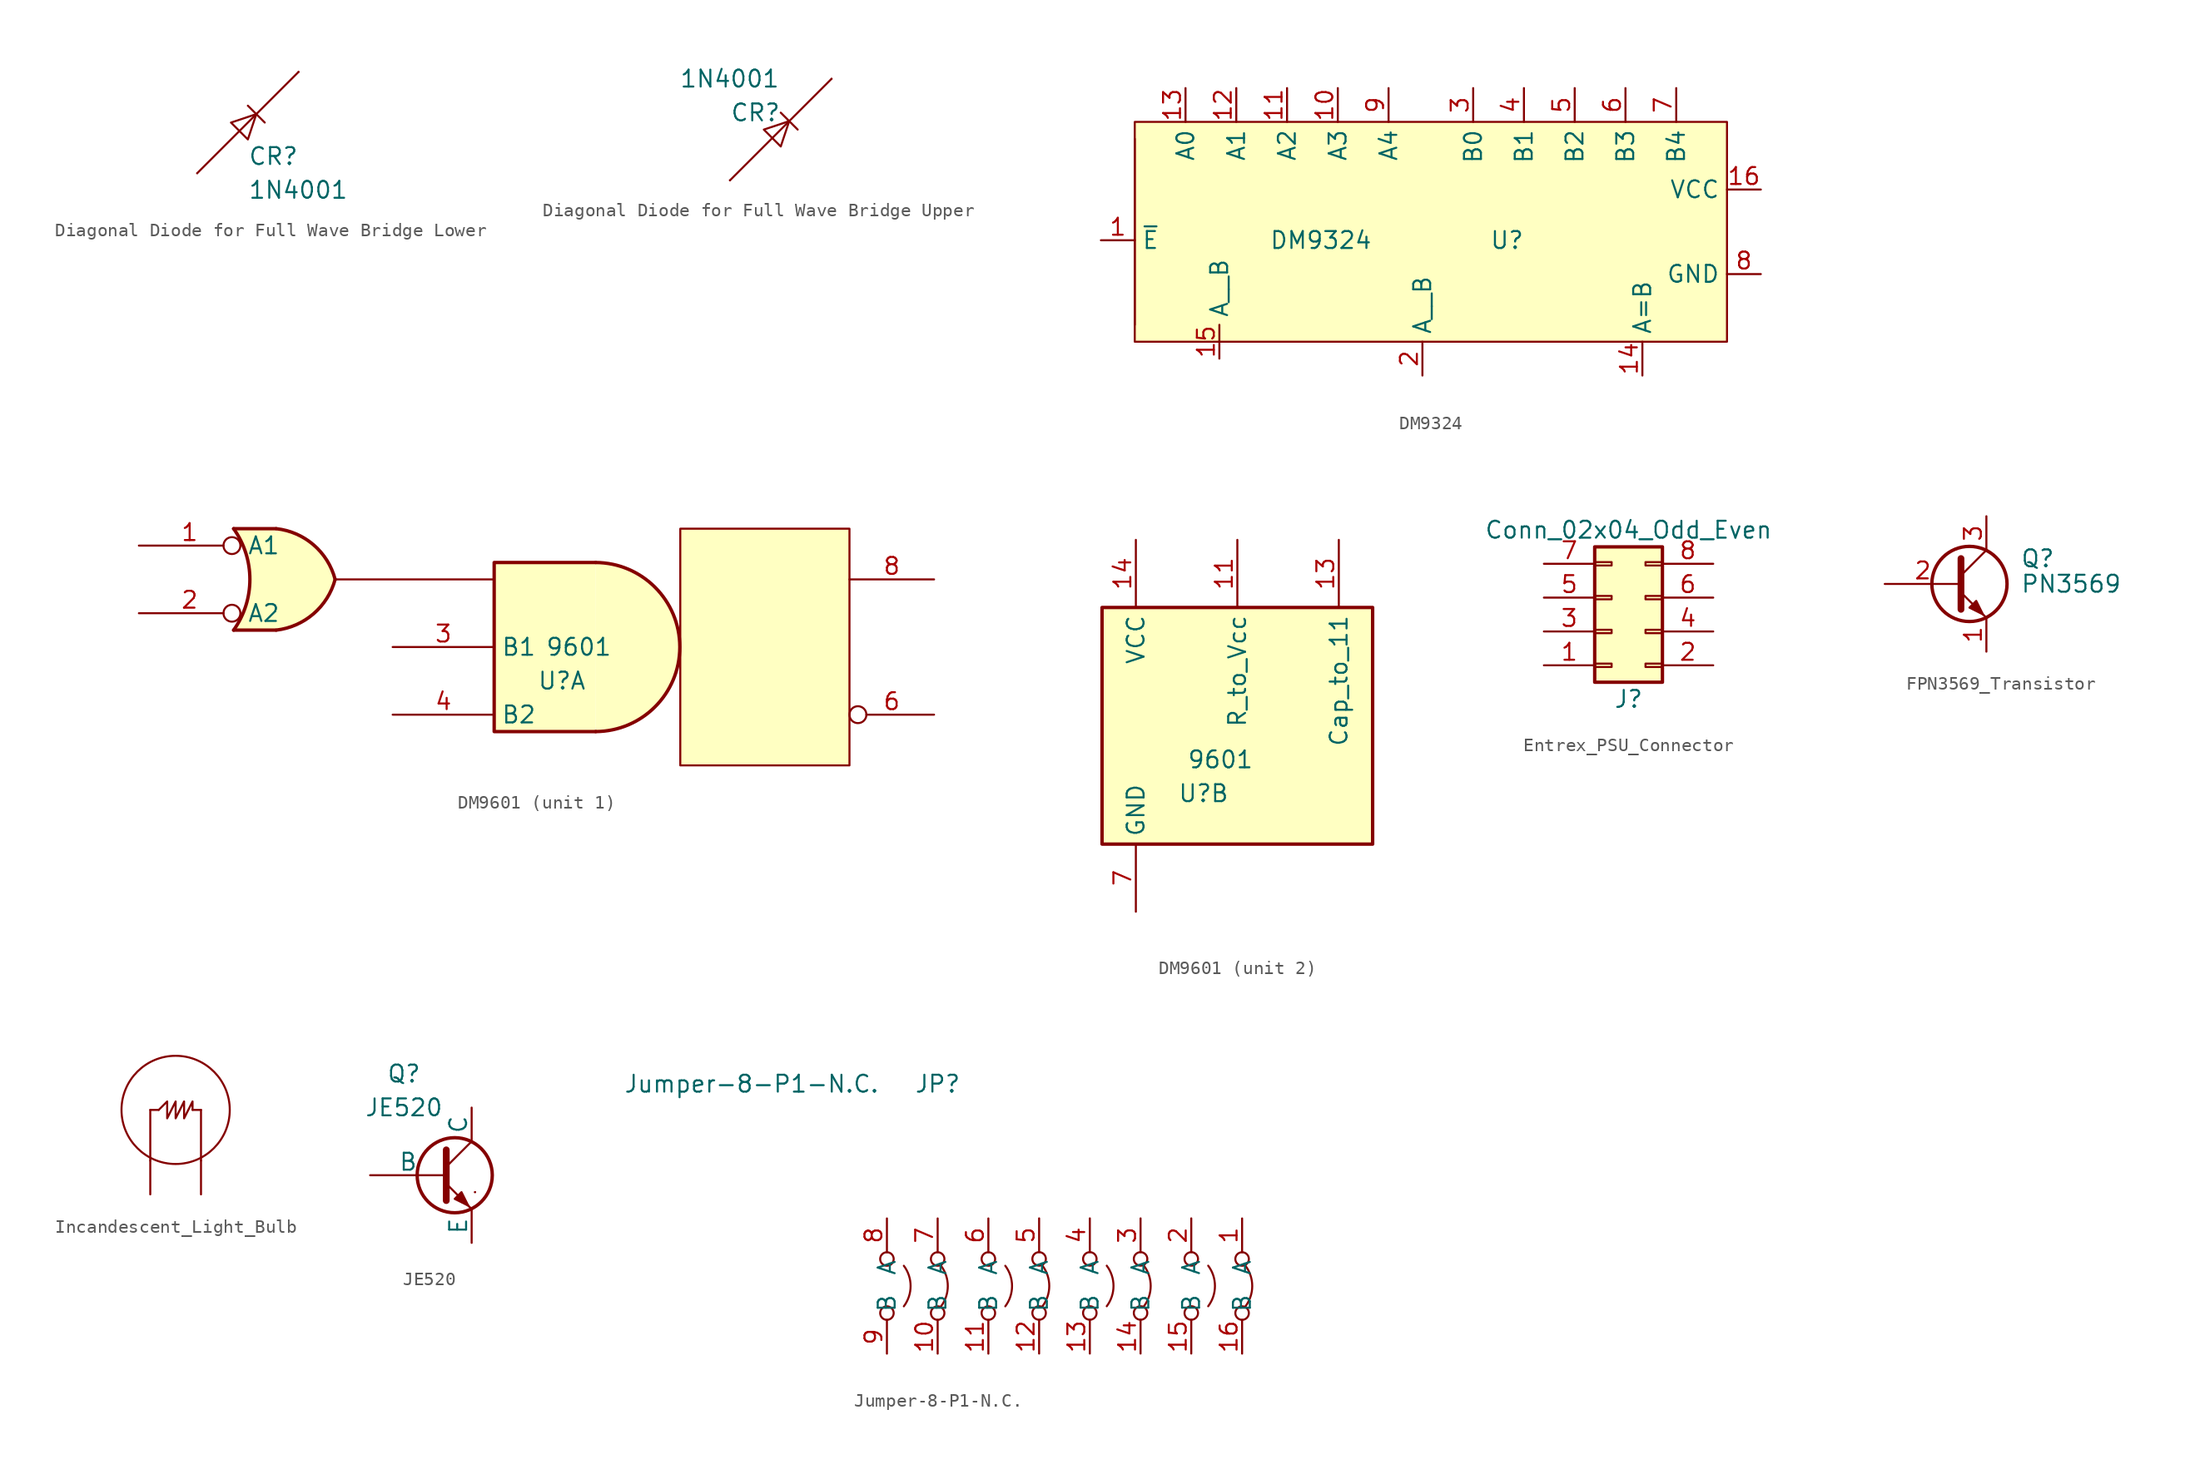
<source format=kicad_sym>
(kicad_symbol_lib
  (version 20220914)
  (generator kicad_symbol_editor)
  (symbol "Diagonal Diode for Full Wave Bridge Lower"
    (pin_names
      (offset 0))
    (property "Reference" "CR"
      (at -1.27 0 0)
      (effects (font (size 1.27 1.27)) (justify left)))
    (property "Value" "1N4001"
      (at -1.27 -2.54 0)
      (effects (font (size 1.27 1.27)) (justify left)))
    (symbol "Diagonal Diode for Full Wave Bridge Lower_0_1"
      (polyline (pts (xy -5.08 -1.27) (xy 2.54 6.35)) (stroke (width 0) (type default)) (fill (type none)))
      (polyline (pts (xy -1.27 3.81) (xy 0 2.54)) (stroke (width 0) (type default)) (fill (type none)))
      (polyline (pts (xy -0.635 3.175) (xy -2.54 2.54) (xy -1.27 1.27) (xy -0.635 3.175)) (stroke (width 0) (type default)) (fill (type none))))
    (symbol "Diagonal Diode for Full Wave Bridge Lower_1_1"
      (pin passive line (at 2.54 6.35 180) (length 0) (name "" (effects (font (size 1.27 1.27)))) (number "" (effects (font (size 1.27 1.27)))))
      (pin passive line (at -5.08 -1.27 90) (length 0) (name "~" (effects (font (size 1.27 1.27)))) (number "" (effects (font (size 1.27 1.27)))))))
  (symbol "Diagonal Diode for Full Wave Bridge Upper"
    (pin_names
      (offset 0))
    (property "Reference" "CR"
      (at -1.27 0 0)
      (effects (font (size 1.27 1.27)) (justify left)))
    (property "Value" "1N4001"
      (at -5.08 2.54 0)
      (effects (font (size 1.27 1.27)) (justify left)))
    (symbol "Diagonal Diode for Full Wave Bridge Upper_0_1"
      (polyline (pts (xy -1.27 -5.08) (xy 6.35 2.54)) (stroke (width 0) (type default)) (fill (type none)))
      (polyline (pts (xy 2.54 0) (xy 3.81 -1.27)) (stroke (width 0) (type default)) (fill (type none)))
      (polyline (pts (xy 3.175 -0.635) (xy 1.27 -1.27) (xy 2.54 -2.54) (xy 3.175 -0.635)) (stroke (width 0) (type default)) (fill (type none))))
    (symbol "Diagonal Diode for Full Wave Bridge Upper_1_1"
      (pin passive line (at 6.35 2.54 180) (length 0) (name "" (effects (font (size 1.27 1.27)))) (number "" (effects (font (size 1.27 1.27)))))
      (pin passive line (at -1.27 -5.08 90) (length 0) (name "~" (effects (font (size 1.27 1.27)))) (number "" (effects (font (size 1.27 1.27)))))))
  (symbol "DM9324"
    (property "Reference" "U"
      (at 6.35 -1.27 0)
      (effects (font (size 1.27 1.27))))
    (property "Value" "DM9324"
      (at -7.62 -1.27 0)
      (effects (font (size 1.27 1.27))))
    (symbol "DM9324_0_1"
      (rectangle (start -21.59 6.35) (end -21.59 -7.62) (stroke (width 0.152) (type default)) (fill (type none)))
      (rectangle (start -21.59 7.62) (end 22.86 -8.89) (stroke (width 0.152) (type default)) (fill (type color) (color 255 255 194 1))))
    (symbol "DM9324_1_1"
      (pin input line (at -24.13 -1.27 0) (length 2.54) (name "~{E}" (effects (font (size 1.27 1.27)))) (number "1" (effects (font (size 1.27 1.27)))))
      (pin input line (at -6.35 10.16 270) (length 2.54) (name "A3" (effects (font (size 1.27 1.27)))) (number "10" (effects (font (size 1.27 1.27)))))
      (pin input line (at -10.16 10.16 270) (length 2.54) (name "A2" (effects (font (size 1.27 1.27)))) (number "11" (effects (font (size 1.27 1.27)))))
      (pin input line (at -13.97 10.16 270) (length 2.54) (name "A1" (effects (font (size 1.27 1.27)))) (number "12" (effects (font (size 1.27 1.27)))))
      (pin input line (at -17.78 10.16 270) (length 2.54) (name "A0" (effects (font (size 1.27 1.27)))) (number "13" (effects (font (size 1.27 1.27)))))
      (pin output line (at 16.51 -11.43 90) (length 2.54) (name "A=B" (effects (font (size 1.27 1.27)))) (number "14" (effects (font (size 1.27 1.27)))))
      (pin output line (at -15.24 -10.16 90) (length 2.54) (name "A__B" (effects (font (size 1.27 1.27)))) (number "15" (effects (font (size 1.27 1.27)))))
      (pin power_in line (at 25.4 2.54 180) (length 2.54) (name "VCC" (effects (font (size 1.27 1.27)))) (number "16" (effects (font (size 1.27 1.27)))))
      (pin output line (at 0 -11.43 90) (length 2.54) (name "A__B" (effects (font (size 1.27 1.27)))) (number "2" (effects (font (size 1.27 1.27)))))
      (pin input line (at 3.81 10.16 270) (length 2.54) (name "B0" (effects (font (size 1.27 1.27)))) (number "3" (effects (font (size 1.27 1.27)))))
      (pin input line (at 7.62 10.16 270) (length 2.54) (name "B1" (effects (font (size 1.27 1.27)))) (number "4" (effects (font (size 1.27 1.27)))))
      (pin input line (at 11.43 10.16 270) (length 2.54) (name "B2" (effects (font (size 1.27 1.27)))) (number "5" (effects (font (size 1.27 1.27)))))
      (pin input line (at 15.24 10.16 270) (length 2.54) (name "B3" (effects (font (size 1.27 1.27)))) (number "6" (effects (font (size 1.27 1.27)))))
      (pin input line (at 19.05 10.16 270) (length 2.54) (name "B4" (effects (font (size 1.27 1.27)))) (number "7" (effects (font (size 1.27 1.27)))))
      (pin power_in line (at 25.4 -3.81 180) (length 2.54) (name "GND" (effects (font (size 1.27 1.27)))) (number "8" (effects (font (size 1.27 1.27)))))
      (pin input line (at -2.54 10.16 270) (length 2.54) (name "A4" (effects (font (size 1.27 1.27)))) (number "9" (effects (font (size 1.27 1.27)))))))
  (symbol "DM9601"
    (property "Reference" "U"
      (at 5.08 -2.54 0)
      (effects (font (size 1.27 1.27))))
    (property "Value" "9601"
      (at 6.35 0 0)
      (effects (font (size 1.27 1.27))))
    (property "ki_locked" ""
      (at 0 0 0)
      (effects (font (size 1.27 1.27))))
    (symbol "DM9601_1_1"
      (arc (start -19.5582 1.27) (mid -18.3372 5.08) (end -19.5582 8.89) (stroke (width 0.254) (type default)) (fill (type none)))
      (arc (start -16.3578 1.27) (mid -13.5627 2.496) (end -11.9382 5.08) (stroke (width 0.254) (type default)) (fill (type background)))
      (arc (start -11.9382 5.08) (mid -13.5554 7.6725) (end -16.3578 8.89) (stroke (width 0.254) (type default)) (fill (type background)))
      (polyline (pts (xy -19.558 1.27) (xy -16.383 1.27)) (stroke (width 0.254) (type default)) (fill (type background)))
      (polyline (pts (xy -19.558 8.89) (xy -16.383 8.89)) (stroke (width 0.254) (type default)) (fill (type background)))
      (polyline (pts (xy 0 5.08) (xy -11.938 5.08)) (stroke (width 0) (type default)) (fill (type none)))
      (polyline (pts (xy 7.62 -6.35) (xy 0 -6.35) (xy 0 6.35) (xy 7.62 6.35)) (stroke (width 0.254) (type default)) (fill (type background)))
      (polyline (pts (xy -16.383 8.89) (xy -19.558 8.89) (xy -19.558 8.89) (xy -19.304 8.484) (xy -18.771 7.341) (xy -18.441 6.121) (xy -18.364 4.826) (xy -18.517 3.581) (xy -18.923 2.362) (xy -19.558 1.27) (xy -19.558 1.27) (xy -16.383 1.27)) (stroke (width -25.4) (type default)) (fill (type background)))
      (arc (start 7.62 -6.35) (mid 13.9424 0) (end 7.62 6.35) (stroke (width 0.254) (type default)) (fill (type background)))
      (rectangle (start 13.97 8.89) (end 26.67 -8.89) (stroke (width 0) (type default)) (fill (type background)))
      (pin input inverted (at -26.67 7.62 0) (length 7.62) (name "A1" (effects (font (size 1.27 1.27)))) (number "1" (effects (font (size 1.27 1.27)))))
      (pin input inverted (at -26.67 2.54 0) (length 7.62) (name "A2" (effects (font (size 1.27 1.27)))) (number "2" (effects (font (size 1.27 1.27)))))
      (pin input line (at -7.62 0 0) (length 7.62) (name "B1" (effects (font (size 1.27 1.27)))) (number "3" (effects (font (size 1.27 1.27)))))
      (pin input line (at -7.62 -5.08 0) (length 7.62) (name "B2" (effects (font (size 1.27 1.27)))) (number "4" (effects (font (size 1.27 1.27)))))
      (pin output inverted (at 33.02 -5.08 180) (length 6.35) (name "~" (effects (font (size 1.27 1.27)))) (number "6" (effects (font (size 1.27 1.27)))))
      (pin output line (at 33.02 5.08 180) (length 6.35) (name "~" (effects (font (size 1.27 1.27)))) (number "8" (effects (font (size 1.27 1.27))))))
    (symbol "DM9601_2_0"
      (rectangle (start -2.54 11.43) (end 17.78 -6.35) (stroke (width 0.254) (type default)) (fill (type background))))
    (symbol "DM9601_2_1"
      (pin input line (at 7.62 16.51 270) (length 5.08) (name "R_to_Vcc" (effects (font (size 1.27 1.27)))) (number "11" (effects (font (size 1.27 1.27)))))
      (pin input line (at 15.24 16.51 270) (length 5.08) (name "Cap_to_11" (effects (font (size 1.27 1.27)))) (number "13" (effects (font (size 1.27 1.27)))))
      (pin power_in line (at 0 16.51 270) (length 5.08) (name "VCC" (effects (font (size 1.27 1.27)))) (number "14" (effects (font (size 1.27 1.27)))))
      (pin power_in line (at 0 -11.43 90) (length 5.08) (name "GND" (effects (font (size 1.27 1.27)))) (number "7" (effects (font (size 1.27 1.27)))))))
  (symbol "Entrex_PSU_Connector"
    (pin_names
      (offset 1.016) hide)
    (property "Reference" "J"
      (at 0 -2.54 0)
      (effects (font (size 1.27 1.27))))
    (property "Value" "Conn_02x04_Odd_Even"
      (at 0 10.16 0)
      (effects (font (size 1.27 1.27))))
    (symbol "Entrex_PSU_Connector_1_1"
      (rectangle (start -1.27 0.127) (end -2.54 -0.127) (stroke (width 0.152) (type default)) (fill (type none)))
      (rectangle (start -1.27 2.667) (end -2.54 2.413) (stroke (width 0.152) (type default)) (fill (type none)))
      (rectangle (start -1.27 5.207) (end -2.54 4.953) (stroke (width 0.152) (type default)) (fill (type none)))
      (rectangle (start -1.27 7.747) (end -2.54 7.493) (stroke (width 0.152) (type default)) (fill (type none)))
      (rectangle (start 1.27 0.127) (end 2.54 -0.127) (stroke (width 0.152) (type default)) (fill (type none)))
      (rectangle (start 1.27 2.667) (end 2.54 2.413) (stroke (width 0.152) (type default)) (fill (type none)))
      (rectangle (start 1.27 5.207) (end 2.54 4.953) (stroke (width 0.152) (type default)) (fill (type none)))
      (rectangle (start 1.27 7.747) (end 2.54 7.493) (stroke (width 0.152) (type default)) (fill (type none)))
      (rectangle (start 2.54 8.89) (end -2.54 -1.27) (stroke (width 0.254) (type default)) (fill (type background)))
      (pin passive line (at -6.35 0 0) (length 3.81) (name "Pin_1" (effects (font (size 1.27 1.27)))) (number "1" (effects (font (size 1.27 1.27)))))
      (pin passive line (at 6.35 0 180) (length 3.81) (name "Pin_2" (effects (font (size 1.27 1.27)))) (number "2" (effects (font (size 1.27 1.27)))))
      (pin passive line (at -6.35 2.54 0) (length 3.81) (name "Pin_3" (effects (font (size 1.27 1.27)))) (number "3" (effects (font (size 1.27 1.27)))))
      (pin passive line (at 6.35 2.54 180) (length 3.81) (name "Pin_4" (effects (font (size 1.27 1.27)))) (number "4" (effects (font (size 1.27 1.27)))))
      (pin passive line (at -6.35 5.08 0) (length 3.81) (name "Pin_5" (effects (font (size 1.27 1.27)))) (number "5" (effects (font (size 1.27 1.27)))))
      (pin passive line (at 6.35 5.08 180) (length 3.81) (name "Pin_6" (effects (font (size 1.27 1.27)))) (number "6" (effects (font (size 1.27 1.27)))))
      (pin passive line (at -6.35 7.62 0) (length 3.81) (name "Pin_7" (effects (font (size 1.27 1.27)))) (number "7" (effects (font (size 1.27 1.27)))))
      (pin passive line (at 6.35 7.62 180) (length 3.81) (name "Pin_8" (effects (font (size 1.27 1.27)))) (number "8" (effects (font (size 1.27 1.27)))))))
  (symbol "FPN3569_Transistor"
    (pin_names
      (offset 0) hide)
    (property "Reference" "Q"
      (at 5.08 1.905 0)
      (effects (font (size 1.27 1.27)) (justify left)))
    (property "Value" "PN3569"
      (at 5.08 0 0)
      (effects (font (size 1.27 1.27)) (justify left)))
    (symbol "FPN3569_Transistor_0_1"
      (polyline (pts (xy 0.635 0.635) (xy 2.54 2.54)) (stroke (width 0) (type default)) (fill (type none)))
      (polyline (pts (xy 0.635 -0.635) (xy 2.54 -2.54) (xy 2.54 -2.54)) (stroke (width 0) (type default)) (fill (type none)))
      (polyline (pts (xy 0.635 1.905) (xy 0.635 -1.905) (xy 0.635 -1.905)) (stroke (width 0.508) (type default)) (fill (type none)))
      (polyline (pts (xy 1.27 -1.778) (xy 1.778 -1.27) (xy 2.286 -2.286) (xy 1.27 -1.778) (xy 1.27 -1.778)) (stroke (width 0) (type default)) (fill (type outline)))
      (circle (center 1.27 0) (radius 2.819) (stroke (width 0.254) (type default)) (fill (type none))))
    (symbol "FPN3569_Transistor_1_1"
      (pin passive line (at 2.54 -5.08 90) (length 2.54) (name "E" (effects (font (size 1.27 1.27)))) (number "1" (effects (font (size 1.27 1.27)))))
      (pin passive line (at -5.08 0 0) (length 5.715) (name "B" (effects (font (size 1.27 1.27)))) (number "2" (effects (font (size 1.27 1.27)))))
      (pin passive line (at 2.54 5.08 270) (length 2.54) (name "C" (effects (font (size 1.27 1.27)))) (number "3" (effects (font (size 1.27 1.27)))))))
  (symbol "Incandescent_Light_Bulb"
    (property "Reference" "B"
      (at -6.35 0 0)
      (effects (font (size 1.27 1.27)) hide))
    (property "Value" ""
      (at 0.635 0 0)
      (effects (font (size 1.27 1.27))))
    (symbol "Incandescent_Light_Bulb_0_1"
      (polyline (pts (xy -1.905 -1.27) (xy -1.905 2.54)) (stroke (width 0) (type default)) (fill (type none)))
      (polyline (pts (xy 1.905 -1.27) (xy 1.905 2.54)) (stroke (width 0) (type default)) (fill (type none)))
      (polyline (pts (xy -1.905 2.54) (xy -1.27 2.54) (xy -1.905 2.54)) (stroke (width 0) (type default)) (fill (type none)))
      (polyline (pts (xy 1.27 2.54) (xy 1.905 2.54) (xy 1.27 2.54)) (stroke (width 0) (type default)) (fill (type none)))
      (polyline (pts (xy -1.27 2.54) (xy -0.635 3.175) (xy -0.635 1.905) (xy 0 3.175) (xy 0 1.905) (xy 0.635 3.175) (xy 0.635 1.905) (xy 1.27 3.175) (xy 1.27 2.54)) (stroke (width 0) (type default)) (fill (type none)))
      (circle (center 0 2.54) (radius 4.066) (stroke (width 0) (type default)) (fill (type none))))
    (symbol "Incandescent_Light_Bulb_1_1"
      (pin passive line (at -1.905 -3.81 90) (length 2.54) (name "" (effects (font (size 1.27 1.27)))) (number "" (effects (font (size 1.27 1.27)))))
      (pin passive line (at 1.905 -3.81 90) (length 2.54) (name "" (effects (font (size 1.27 1.27)))) (number "" (effects (font (size 1.27 1.27)))))))
  (symbol "JE520"
    (pin_numbers hide)
    (pin_names
      (offset 0))
    (property "Reference" "Q"
      (at -2.54 7.62 0)
      (effects (font (size 1.27 1.27))))
    (property "Value" "JE520"
      (at -2.54 5.08 0)
      (effects (font (size 1.27 1.27))))
    (symbol "JE520_0_1"
      (polyline (pts (xy 0.635 0.635) (xy 2.54 2.54)) (stroke (width 0) (type default)) (fill (type none)))
      (polyline (pts (xy 2.794 -1.27) (xy 2.794 -1.27)) (stroke (width 0.152) (type default)) (fill (type none)))
      (polyline (pts (xy 2.794 -1.27) (xy 2.794 -1.27)) (stroke (width 0.152) (type default)) (fill (type none)))
      (polyline (pts (xy 0.635 -0.635) (xy 2.54 -2.54) (xy 2.54 -2.54)) (stroke (width 0) (type default)) (fill (type none)))
      (polyline (pts (xy 0.635 1.905) (xy 0.635 -1.905) (xy 0.635 -1.905)) (stroke (width 0.508) (type default)) (fill (type none)))
      (polyline (pts (xy 1.27 -1.778) (xy 1.778 -1.27) (xy 2.286 -2.286) (xy 1.27 -1.778) (xy 1.27 -1.778)) (stroke (width 0) (type default)) (fill (type outline)))
      (circle (center 1.27 0) (radius 2.819) (stroke (width 0.254) (type default)) (fill (type none))))
    (symbol "JE520_1_1"
      (pin open_emitter line (at 2.54 -5.08 90) (length 2.54) (name "E" (effects (font (size 1.27 1.27)))) (number "1" (effects (font (size 1.27 1.27)))))
      (pin open_collector line (at 2.54 5.08 270) (length 2.54) (name "C" (effects (font (size 1.27 1.27)))) (number "2" (effects (font (size 1.27 1.27)))))
      (pin input line (at -5.08 0 0) (length 5.715) (name "B" (effects (font (size 1.27 1.27)))) (number "3" (effects (font (size 1.27 1.27)))))))
  (symbol "Jumper-8-P1-N.C."
    (property "Reference" "JP"
      (at -10.16 15.24 0)
      (effects (font (size 1.27 1.27))))
    (property "Value" "Jumper-8-P1-N.C."
      (at -24.13 15.24 0)
      (effects (font (size 1.27 1.27))))
    (symbol "Jumper-8-P1-N.C._0_0"
      (circle (center -13.97 -1.981) (radius 0.508) (stroke (width 0) (type default)) (fill (type none)))
      (circle (center -13.97 2.083) (radius 0.508) (stroke (width 0) (type default)) (fill (type none)))
      (circle (center -10.16 -1.981) (radius 0.508) (stroke (width 0) (type default)) (fill (type none)))
      (circle (center -10.16 2.083) (radius 0.508) (stroke (width 0) (type default)) (fill (type none)))
      (circle (center -6.352 -1.981) (radius 0.508) (stroke (width 0) (type default)) (fill (type none)))
      (circle (center -6.352 2.083) (radius 0.508) (stroke (width 0) (type default)) (fill (type none)))
      (circle (center -2.541 -1.975) (radius 0.508) (stroke (width 0) (type default)) (fill (type none)))
      (circle (center -2.541 2.089) (radius 0.508) (stroke (width 0) (type default)) (fill (type none)))
      (circle (center 1.267 -1.975) (radius 0.508) (stroke (width 0) (type default)) (fill (type none)))
      (circle (center 1.267 2.089) (radius 0.508) (stroke (width 0) (type default)) (fill (type none)))
      (circle (center 5.077 -1.975) (radius 0.508) (stroke (width 0) (type default)) (fill (type none)))
      (circle (center 5.077 2.089) (radius 0.508) (stroke (width 0) (type default)) (fill (type none)))
      (circle (center 8.885 -1.975) (radius 0.508) (stroke (width 0) (type default)) (fill (type none)))
      (circle (center 8.885 2.089) (radius 0.508) (stroke (width 0) (type default)) (fill (type none)))
      (circle (center 12.702 -1.981) (radius 0.508) (stroke (width 0) (type default)) (fill (type none)))
      (circle (center 12.702 2.083) (radius 0.508) (stroke (width 0) (type default)) (fill (type none))))
    (symbol "Jumper-8-P1-N.C._0_1"
      (arc (start -12.7 -1.4732) (mid -12.192 0.0508) (end -12.7 1.5748) (stroke (width 0) (type default)) (fill (type none)))
      (arc (start -9.906 -1.4732) (mid -9.3984 0.0508) (end -9.906 1.5748) (stroke (width 0) (type default)) (fill (type none)))
      (arc (start -5.082 -1.4732) (mid -4.5736 0.0508) (end -5.082 1.5748) (stroke (width 0) (type default)) (fill (type none)))
      (arc (start -2.2868 -1.4673) (mid -1.7792 0.0567) (end -2.2868 1.5807) (stroke (width 0) (type default)) (fill (type none)))
      (arc (start 2.5372 -1.4673) (mid 3.0452 0.0567) (end 2.5372 1.5807) (stroke (width 0) (type default)) (fill (type none)))
      (arc (start 5.3312 -1.4673) (mid 5.8388 0.0567) (end 5.3312 1.5807) (stroke (width 0) (type default)) (fill (type none)))
      (arc (start 10.1552 -1.4673) (mid 10.6636 0.0567) (end 10.1552 1.5807) (stroke (width 0) (type default)) (fill (type none)))
      (arc (start 12.956 -1.4732) (mid 13.4636 0.0508) (end 12.956 1.5748) (stroke (width 0) (type default)) (fill (type none))))
    (symbol "Jumper-8-P1-N.C._1_1"
      (pin passive line (at 12.702 5.131 270) (length 2.54) (name "A" (effects (font (size 1.27 1.27)))) (number "1" (effects (font (size 1.27 1.27)))))
      (pin passive line (at -10.16 -5.029 90) (length 2.54) (name "B" (effects (font (size 1.27 1.27)))) (number "10" (effects (font (size 1.27 1.27)))))
      (pin passive line (at -6.352 -5.029 90) (length 2.54) (name "B" (effects (font (size 1.27 1.27)))) (number "11" (effects (font (size 1.27 1.27)))))
      (pin passive line (at -2.541 -5.023 90) (length 2.54) (name "B" (effects (font (size 1.27 1.27)))) (number "12" (effects (font (size 1.27 1.27)))))
      (pin passive line (at 1.267 -5.023 90) (length 2.54) (name "B" (effects (font (size 1.27 1.27)))) (number "13" (effects (font (size 1.27 1.27)))))
      (pin passive line (at 5.077 -5.023 90) (length 2.54) (name "B" (effects (font (size 1.27 1.27)))) (number "14" (effects (font (size 1.27 1.27)))))
      (pin passive line (at 8.885 -5.023 90) (length 2.54) (name "B" (effects (font (size 1.27 1.27)))) (number "15" (effects (font (size 1.27 1.27)))))
      (pin passive line (at 12.702 -5.029 90) (length 2.54) (name "B" (effects (font (size 1.27 1.27)))) (number "16" (effects (font (size 1.27 1.27)))))
      (pin passive line (at 8.885 5.137 270) (length 2.54) (name "A" (effects (font (size 1.27 1.27)))) (number "2" (effects (font (size 1.27 1.27)))))
      (pin passive line (at 5.077 5.137 270) (length 2.54) (name "A" (effects (font (size 1.27 1.27)))) (number "3" (effects (font (size 1.27 1.27)))))
      (pin passive line (at 1.267 5.137 270) (length 2.54) (name "A" (effects (font (size 1.27 1.27)))) (number "4" (effects (font (size 1.27 1.27)))))
      (pin passive line (at -2.541 5.137 270) (length 2.54) (name "A" (effects (font (size 1.27 1.27)))) (number "5" (effects (font (size 1.27 1.27)))))
      (pin passive line (at -6.352 5.131 270) (length 2.54) (name "A" (effects (font (size 1.27 1.27)))) (number "6" (effects (font (size 1.27 1.27)))))
      (pin passive line (at -10.16 5.131 270) (length 2.54) (name "A" (effects (font (size 1.27 1.27)))) (number "7" (effects (font (size 1.27 1.27)))))
      (pin passive line (at -13.97 5.131 270) (length 2.54) (name "A" (effects (font (size 1.27 1.27)))) (number "8" (effects (font (size 1.27 1.27)))))
      (pin passive line (at -13.97 -5.029 90) (length 2.54) (name "B" (effects (font (size 1.27 1.27)))) (number "9" (effects (font (size 1.27 1.27))))))))
</source>
